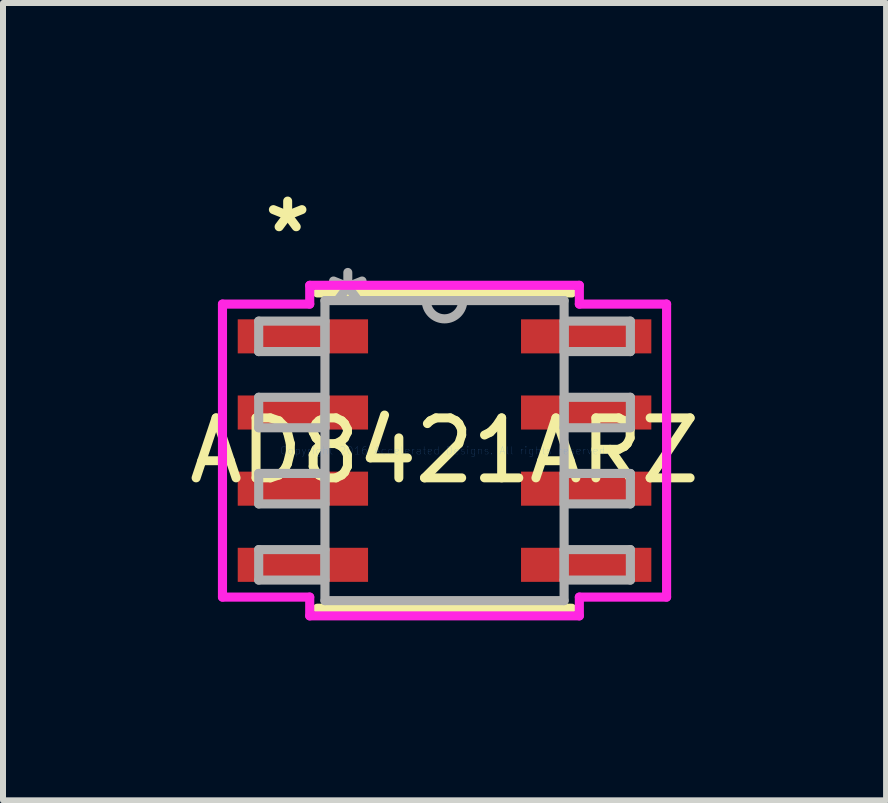
<source format=kicad_pcb>
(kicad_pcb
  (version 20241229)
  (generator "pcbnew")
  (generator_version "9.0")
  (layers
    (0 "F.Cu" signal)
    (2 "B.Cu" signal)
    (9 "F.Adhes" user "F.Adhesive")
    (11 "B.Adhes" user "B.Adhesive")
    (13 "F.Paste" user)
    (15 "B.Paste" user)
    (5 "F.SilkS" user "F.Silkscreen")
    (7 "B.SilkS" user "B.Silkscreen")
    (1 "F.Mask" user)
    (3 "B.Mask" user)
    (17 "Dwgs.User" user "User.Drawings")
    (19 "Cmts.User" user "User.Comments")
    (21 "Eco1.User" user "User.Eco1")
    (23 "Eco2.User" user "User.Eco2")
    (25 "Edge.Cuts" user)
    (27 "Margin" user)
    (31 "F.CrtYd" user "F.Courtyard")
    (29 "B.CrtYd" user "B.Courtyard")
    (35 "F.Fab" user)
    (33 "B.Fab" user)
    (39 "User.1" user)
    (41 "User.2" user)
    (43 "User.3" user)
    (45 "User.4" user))
  (footprint "AD8421ARZ"
    (layer "F.Cu")
    (at 4.363 4.464)
    (property "Reference" "AD8421ARZ" (at 0 0 0) (layer "F.SilkS") (effects (font (size 1 1) (thickness 0.15))))
    (attr through_hole)
    (fp_line (start -2.121 2.629) (end 2.121 2.629) (stroke (width 0.152) (type solid)) (layer "F.SilkS"))
    (fp_line (start 2.121 -2.629) (end -2.121 -2.629) (stroke (width 0.152) (type solid)) (layer "F.SilkS"))
    (fp_line (start -3.703 -2.443) (end -2.248 -2.443) (stroke (width 0.152) (type solid)) (layer "F.CrtYd"))
    (fp_line (start -3.703 2.443) (end -3.703 -2.443) (stroke (width 0.152) (type solid)) (layer "F.CrtYd"))
    (fp_line (start -2.248 -2.756) (end 2.248 -2.756) (stroke (width 0.152) (type solid)) (layer "F.CrtYd"))
    (fp_line (start -2.248 -2.443) (end -2.248 -2.756) (stroke (width 0.152) (type solid)) (layer "F.CrtYd"))
    (fp_line (start -2.248 2.443) (end -3.703 2.443) (stroke (width 0.152) (type solid)) (layer "F.CrtYd"))
    (fp_line (start -2.248 2.756) (end -2.248 2.443) (stroke (width 0.152) (type solid)) (layer "F.CrtYd"))
    (fp_line (start 2.248 -2.756) (end 2.248 -2.443) (stroke (width 0.152) (type solid)) (layer "F.CrtYd"))
    (fp_line (start 2.248 -2.443) (end 3.703 -2.443) (stroke (width 0.152) (type solid)) (layer "F.CrtYd"))
    (fp_line (start 2.248 2.443) (end 2.248 2.756) (stroke (width 0.152) (type solid)) (layer "F.CrtYd"))
    (fp_line (start 2.248 2.756) (end -2.248 2.756) (stroke (width 0.152) (type solid)) (layer "F.CrtYd"))
    (fp_line (start 3.703 -2.443) (end 3.703 2.443) (stroke (width 0.152) (type solid)) (layer "F.CrtYd"))
    (fp_line (start 3.703 2.443) (end 2.248 2.443) (stroke (width 0.152) (type solid)) (layer "F.CrtYd"))
    (fp_line (start -3.099 -2.159) (end -3.099 -1.651) (stroke (width 0.152) (type solid)) (layer "F.Fab"))
    (fp_line (start -3.099 -1.651) (end -1.994 -1.651) (stroke (width 0.152) (type solid)) (layer "F.Fab"))
    (fp_line (start -3.099 -0.889) (end -3.099 -0.381) (stroke (width 0.152) (type solid)) (layer "F.Fab"))
    (fp_line (start -3.099 -0.381) (end -1.994 -0.381) (stroke (width 0.152) (type solid)) (layer "F.Fab"))
    (fp_line (start -3.099 0.381) (end -3.099 0.889) (stroke (width 0.152) (type solid)) (layer "F.Fab"))
    (fp_line (start -3.099 0.889) (end -1.994 0.889) (stroke (width 0.152) (type solid)) (layer "F.Fab"))
    (fp_line (start -3.099 1.651) (end -3.099 2.159) (stroke (width 0.152) (type solid)) (layer "F.Fab"))
    (fp_line (start -3.099 2.159) (end -1.994 2.159) (stroke (width 0.152) (type solid)) (layer "F.Fab"))
    (fp_line (start -1.994 -2.502) (end -1.994 2.502) (stroke (width 0.152) (type solid)) (layer "F.Fab"))
    (fp_line (start -1.994 -2.159) (end -3.099 -2.159) (stroke (width 0.152) (type solid)) (layer "F.Fab"))
    (fp_line (start -1.994 -1.651) (end -1.994 -2.159) (stroke (width 0.152) (type solid)) (layer "F.Fab"))
    (fp_line (start -1.994 -0.889) (end -3.099 -0.889) (stroke (width 0.152) (type solid)) (layer "F.Fab"))
    (fp_line (start -1.994 -0.381) (end -1.994 -0.889) (stroke (width 0.152) (type solid)) (layer "F.Fab"))
    (fp_line (start -1.994 0.381) (end -3.099 0.381) (stroke (width 0.152) (type solid)) (layer "F.Fab"))
    (fp_line (start -1.994 0.889) (end -1.994 0.381) (stroke (width 0.152) (type solid)) (layer "F.Fab"))
    (fp_line (start -1.994 1.651) (end -3.099 1.651) (stroke (width 0.152) (type solid)) (layer "F.Fab"))
    (fp_line (start -1.994 2.159) (end -1.994 1.651) (stroke (width 0.152) (type solid)) (layer "F.Fab"))
    (fp_line (start -1.994 2.502) (end 1.994 2.502) (stroke (width 0.152) (type solid)) (layer "F.Fab"))
    (fp_line (start 1.994 -2.502) (end -1.994 -2.502) (stroke (width 0.152) (type solid)) (layer "F.Fab"))
    (fp_line (start 1.994 -2.159) (end 1.994 -1.651) (stroke (width 0.152) (type solid)) (layer "F.Fab"))
    (fp_line (start 1.994 -1.651) (end 3.099 -1.651) (stroke (width 0.152) (type solid)) (layer "F.Fab"))
    (fp_line (start 1.994 -0.889) (end 1.994 -0.381) (stroke (width 0.152) (type solid)) (layer "F.Fab"))
    (fp_line (start 1.994 -0.381) (end 3.099 -0.381) (stroke (width 0.152) (type solid)) (layer "F.Fab"))
    (fp_line (start 1.994 0.381) (end 1.994 0.889) (stroke (width 0.152) (type solid)) (layer "F.Fab"))
    (fp_line (start 1.994 0.889) (end 3.099 0.889) (stroke (width 0.152) (type solid)) (layer "F.Fab"))
    (fp_line (start 1.994 1.651) (end 1.994 2.159) (stroke (width 0.152) (type solid)) (layer "F.Fab"))
    (fp_line (start 1.994 2.159) (end 3.099 2.159) (stroke (width 0.152) (type solid)) (layer "F.Fab"))
    (fp_line (start 1.994 2.502) (end 1.994 -2.502) (stroke (width 0.152) (type solid)) (layer "F.Fab"))
    (fp_line (start 3.099 -2.159) (end 1.994 -2.159) (stroke (width 0.152) (type solid)) (layer "F.Fab"))
    (fp_line (start 3.099 -1.651) (end 3.099 -2.159) (stroke (width 0.152) (type solid)) (layer "F.Fab"))
    (fp_line (start 3.099 -0.889) (end 1.994 -0.889) (stroke (width 0.152) (type solid)) (layer "F.Fab"))
    (fp_line (start 3.099 -0.381) (end 3.099 -0.889) (stroke (width 0.152) (type solid)) (layer "F.Fab"))
    (fp_line (start 3.099 0.381) (end 1.994 0.381) (stroke (width 0.152) (type solid)) (layer "F.Fab"))
    (fp_line (start 3.099 0.889) (end 3.099 0.381) (stroke (width 0.152) (type solid)) (layer "F.Fab"))
    (fp_line (start 3.099 1.651) (end 1.994 1.651) (stroke (width 0.152) (type solid)) (layer "F.Fab"))
    (fp_line (start 3.099 2.159) (end 3.099 1.651) (stroke (width 0.152) (type solid)) (layer "F.Fab"))
    (fp_arc (start 0.3048 -2.5019) (mid 0 -2.1971) (end -0.3048 -2.5019) (stroke (width 0.1524) (type solid)) (layer "F.Fab"))
    (fp_text user "*" (at -2.616 -3.616 0) (layer "F.SilkS") (effects (font (size 1 1) (thickness 0.15))))
    (fp_text user "Copyright 2016 Accelerated Designs. All rights reserved." (at 0 0 0) (layer "Cmts.User") (effects (font (size 0.127 0.127) (thickness 0.002))))
    (fp_text user "*" (at -1.613 -2.426 0) (layer "F.Fab") (effects (font (size 1 1) (thickness 0.15))))
    (pad "1" smd rect (at -2.362 -1.905) (size 2.173 0.568) (layers "F.Cu" "F.Mask" "F.Paste"))
    (pad "2" smd rect (at -2.362 -0.635) (size 2.173 0.568) (layers "F.Cu" "F.Mask" "F.Paste"))
    (pad "3" smd rect (at -2.362 0.635) (size 2.173 0.568) (layers "F.Cu" "F.Mask" "F.Paste"))
    (pad "4" smd rect (at -2.362 1.905) (size 2.173 0.568) (layers "F.Cu" "F.Mask" "F.Paste"))
    (pad "5" smd rect (at 2.362 1.905) (size 2.173 0.568) (layers "F.Cu" "F.Mask" "F.Paste"))
    (pad "6" smd rect (at 2.362 0.635) (size 2.173 0.568) (layers "F.Cu" "F.Mask" "F.Paste"))
    (pad "7" smd rect (at 2.362 -0.635) (size 2.173 0.568) (layers "F.Cu" "F.Mask" "F.Paste"))
    (pad "8" smd rect (at 2.362 -1.905) (size 2.173 0.568) (layers "F.Cu" "F.Mask" "F.Paste")))
  (gr_rect
    (start -3 -3)
    (end 11.726 10.296)
    (stroke (width 0.1) (type default))
    (fill no)
    (layer "Edge.Cuts")))
</source>
